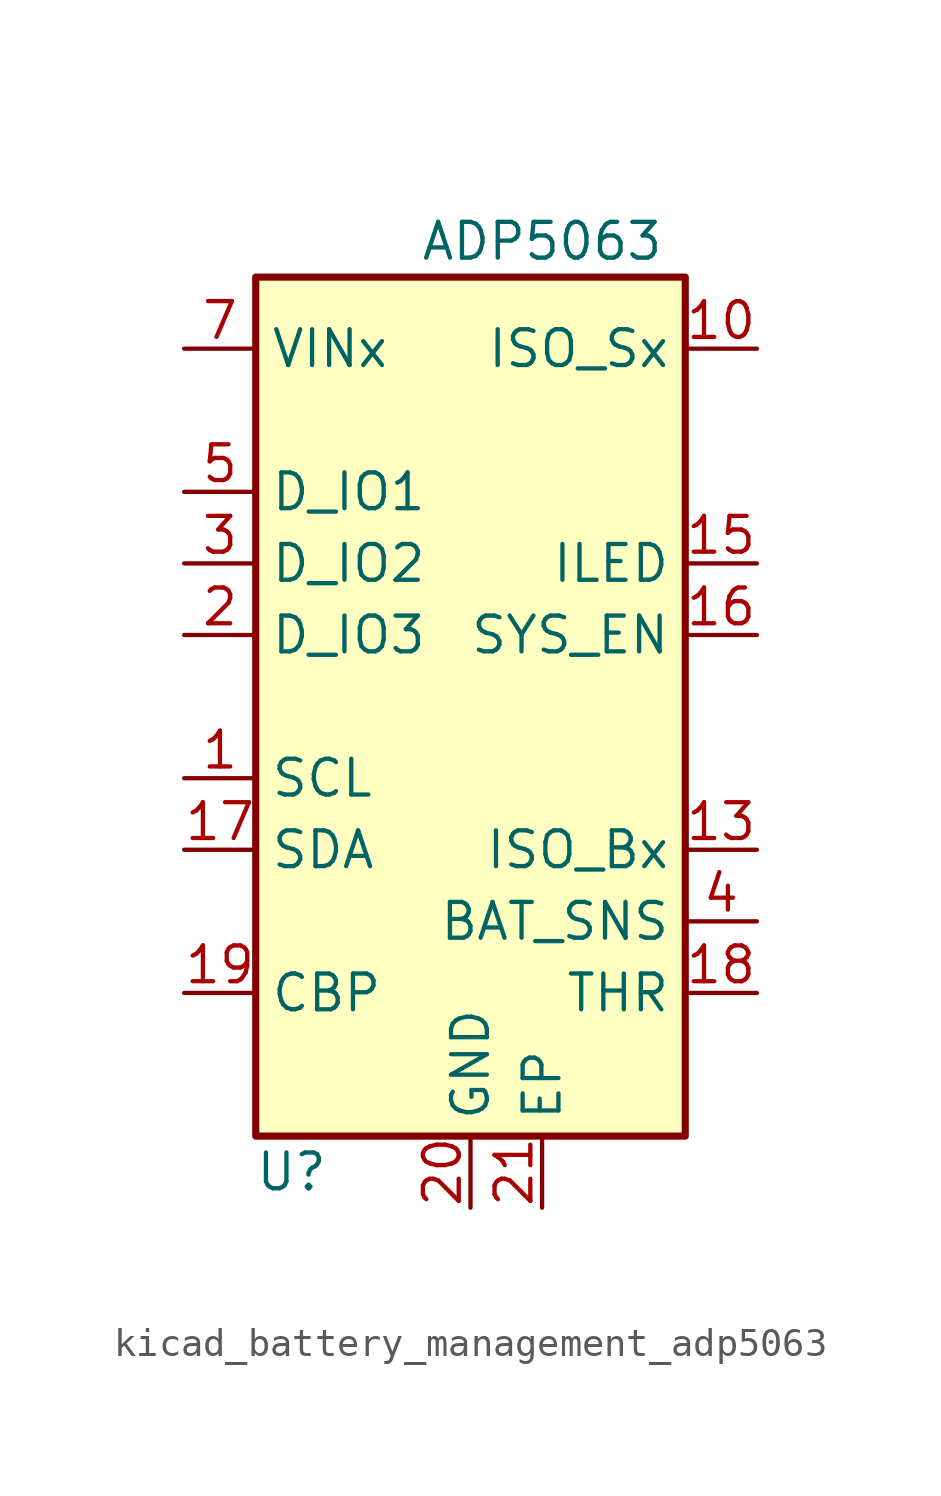
<source format=kicad_sym>
(kicad_symbol_lib
  (version 20220914)
  (generator kicad_symbol_editor)
  (symbol "kicad_battery_management_adp5063"
    (property "Reference" "U"
      (at -6.35 -16.51 0)
      (effects (font (size 1.27 1.27))))
    (property "Value" "ADP5063"
      (at 2.54 16.51 0)
      (effects (font (size 1.27 1.27))))
    (symbol "kicad_battery_management_adp5063_1_1"
      (rectangle (start -7.62 15.24) (end 7.62 -15.24) (stroke (width 0.254) (type default)) (fill (type background)))
      (pin input line (at -10.16 -2.54 0) (length 2.54) (name "SCL" (effects (font (size 1.27 1.27)))) (number "1" (effects (font (size 1.27 1.27)))))
      (pin power_out line (at 10.16 12.7 180) (length 2.54) (name "ISO_Sx" (effects (font (size 1.27 1.27)))) (number "10" (effects (font (size 1.27 1.27)))))
      (pin passive line (at 10.16 12.7 180) (length 2.54) hide (name "ISO_Sx" (effects (font (size 1.27 1.27)))) (number "11" (effects (font (size 1.27 1.27)))))
      (pin passive line (at 10.16 -5.08 180) (length 2.54) hide (name "ISO_Bx" (effects (font (size 1.27 1.27)))) (number "12" (effects (font (size 1.27 1.27)))))
      (pin passive line (at 10.16 -5.08 180) (length 2.54) (name "ISO_Bx" (effects (font (size 1.27 1.27)))) (number "13" (effects (font (size 1.27 1.27)))))
      (pin passive line (at 10.16 -5.08 180) (length 2.54) hide (name "ISO_Bx" (effects (font (size 1.27 1.27)))) (number "14" (effects (font (size 1.27 1.27)))))
      (pin open_collector line (at 10.16 5.08 180) (length 2.54) (name "ILED" (effects (font (size 1.27 1.27)))) (number "15" (effects (font (size 1.27 1.27)))))
      (pin open_collector line (at 10.16 2.54 180) (length 2.54) (name "SYS_EN" (effects (font (size 1.27 1.27)))) (number "16" (effects (font (size 1.27 1.27)))))
      (pin bidirectional line (at -10.16 -5.08 0) (length 2.54) (name "SDA" (effects (font (size 1.27 1.27)))) (number "17" (effects (font (size 1.27 1.27)))))
      (pin passive line (at 10.16 -10.16 180) (length 2.54) (name "THR" (effects (font (size 1.27 1.27)))) (number "18" (effects (font (size 1.27 1.27)))))
      (pin passive line (at -10.16 -10.16 0) (length 2.54) (name "CBP" (effects (font (size 1.27 1.27)))) (number "19" (effects (font (size 1.27 1.27)))))
      (pin bidirectional line (at -10.16 2.54 0) (length 2.54) (name "D_IO3" (effects (font (size 1.27 1.27)))) (number "2" (effects (font (size 1.27 1.27)))))
      (pin power_in line (at 0 -17.78 90) (length 2.54) (name "GND" (effects (font (size 1.27 1.27)))) (number "20" (effects (font (size 1.27 1.27)))))
      (pin passive line (at 2.54 -17.78 90) (length 2.54) (name "EP" (effects (font (size 1.27 1.27)))) (number "21" (effects (font (size 1.27 1.27)))))
      (pin bidirectional line (at -10.16 5.08 0) (length 2.54) (name "D_IO2" (effects (font (size 1.27 1.27)))) (number "3" (effects (font (size 1.27 1.27)))))
      (pin passive line (at 10.16 -7.62 180) (length 2.54) (name "BAT_SNS" (effects (font (size 1.27 1.27)))) (number "4" (effects (font (size 1.27 1.27)))))
      (pin bidirectional line (at -10.16 7.62 0) (length 2.54) (name "D_IO1" (effects (font (size 1.27 1.27)))) (number "5" (effects (font (size 1.27 1.27)))))
      (pin input line (at -10.16 12.7 0) (length 2.54) hide (name "VINx" (effects (font (size 1.27 1.27)))) (number "6" (effects (font (size 1.27 1.27)))))
      (pin input line (at -10.16 12.7 0) (length 2.54) (name "VINx" (effects (font (size 1.27 1.27)))) (number "7" (effects (font (size 1.27 1.27)))))
      (pin input line (at -10.16 12.7 0) (length 2.54) hide (name "VINx" (effects (font (size 1.27 1.27)))) (number "8" (effects (font (size 1.27 1.27)))))
      (pin passive line (at 10.16 12.7 180) (length 2.54) hide (name "ISO_Sx" (effects (font (size 1.27 1.27)))) (number "9" (effects (font (size 1.27 1.27))))))))
</source>
